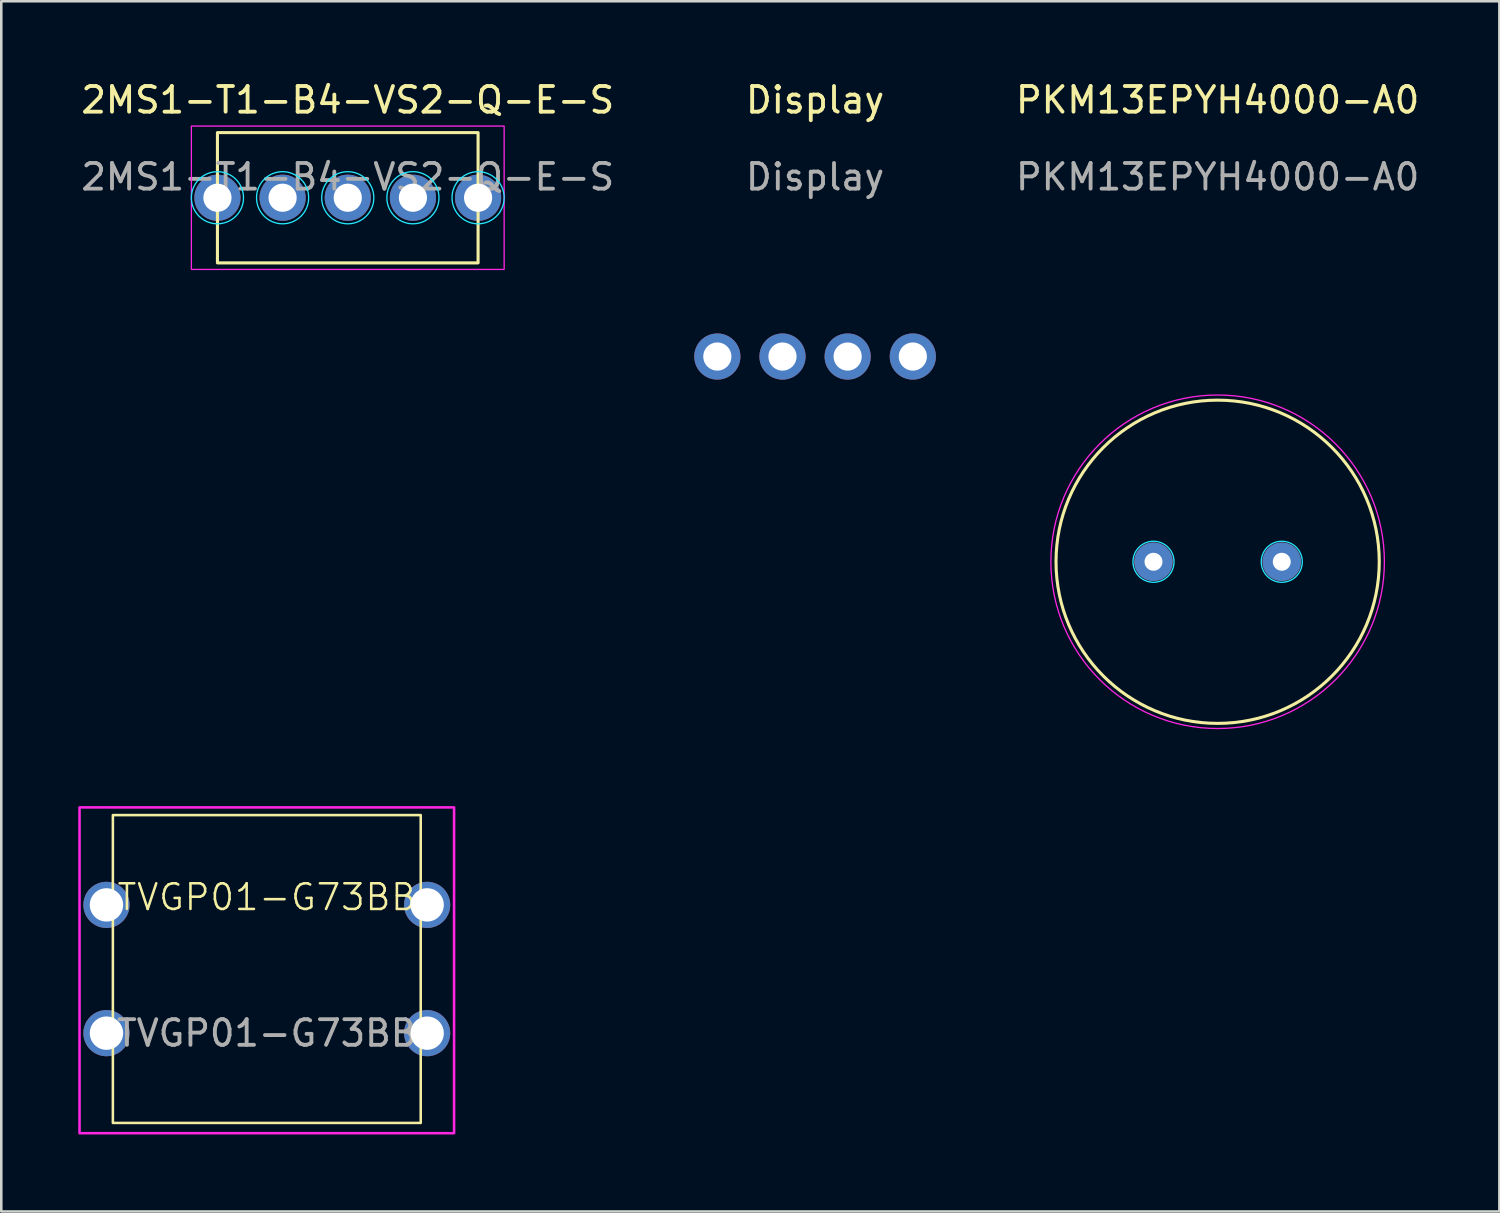
<source format=kicad_pcb>
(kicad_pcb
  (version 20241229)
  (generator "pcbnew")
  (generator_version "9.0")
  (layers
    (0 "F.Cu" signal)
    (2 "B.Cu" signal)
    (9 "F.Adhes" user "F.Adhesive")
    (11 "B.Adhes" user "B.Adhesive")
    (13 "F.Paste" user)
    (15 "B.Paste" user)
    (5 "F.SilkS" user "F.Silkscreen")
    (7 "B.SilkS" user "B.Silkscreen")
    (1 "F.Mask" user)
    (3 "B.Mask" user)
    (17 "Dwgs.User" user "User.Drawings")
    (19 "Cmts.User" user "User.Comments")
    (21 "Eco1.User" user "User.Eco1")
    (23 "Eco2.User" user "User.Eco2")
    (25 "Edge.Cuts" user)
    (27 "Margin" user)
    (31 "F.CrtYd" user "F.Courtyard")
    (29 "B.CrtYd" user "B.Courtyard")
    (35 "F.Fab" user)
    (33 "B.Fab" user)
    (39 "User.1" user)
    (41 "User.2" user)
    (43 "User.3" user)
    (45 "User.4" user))
  (footprint "TVGP01-G73BB"
    (layer "F.Cu")
    (at 7.35 34.723)
    (property "Reference" "TVGP01-G73BB" (at 0 -2.8 0) (unlocked yes) (layer "F.SilkS") (effects (font (size 1 1) (thickness 0.1))))
    (attr through_hole)
    (fp_rect (start -6 -6) (end 6 6) (stroke (width 0.1) (type default)) (fill no) (layer "F.SilkS"))
    (fp_rect (start -7.3 -6.3) (end 7.3 6.4) (stroke (width 0.1) (type default)) (fill no) (layer "F.CrtYd"))
    (fp_text user "${REFERENCE}" (at 0 2.5 0) (unlocked yes) (layer "F.Fab") (effects (font (size 1 1) (thickness 0.15))))
    (pad "1" thru_hole circle (at -6.25 -2.5) (size 1.8 1.8) (drill 1.3) (layers "*.Cu" "*.Mask"))
    (pad "2" thru_hole circle (at 6.25 -2.5) (size 1.8 1.8) (drill 1.3) (layers "*.Cu" "*.Mask"))
    (pad "3" thru_hole circle (at -6.25 2.5) (size 1.8 1.8) (drill 1.3) (layers "*.Cu" "*.Mask"))
    (pad "4" thru_hole circle (at 6.25 2.5) (size 1.8 1.8) (drill 1.3) (layers "*.Cu" "*.Mask")))
  (footprint "2MS1-T1-B4-VS2-Q-E-S"
    (layer "F.Cu")
    (at 10.506 4.658)
    (property "Reference" "2MS1-T1-B4-VS2-Q-E-S" (at 0 -3.81 0) (unlocked yes) (layer "F.SilkS") (effects (font (size 1 1) (thickness 0.15))))
    (attr through_hole)
    (fp_rect (start -5.08 -2.54) (end 5.08 2.54) (stroke (width 0.12) (type default)) (fill no) (layer "F.SilkS"))
    (fp_circle (center -5.08 0) (end -4.064 0) (stroke (width 0.05) (type default)) (fill no) (layer "B.CrtYd"))
    (fp_circle (center -2.54 0) (end -3.556 0) (stroke (width 0.05) (type default)) (fill no) (layer "B.CrtYd"))
    (fp_circle (center 0 0) (end -1.016 0) (stroke (width 0.05) (type default)) (fill no) (layer "B.CrtYd"))
    (fp_circle (center 2.54 0) (end 1.524 0) (stroke (width 0.05) (type default)) (fill no) (layer "B.CrtYd"))
    (fp_circle (center 5.08 0) (end 4.064 0) (stroke (width 0.05) (type default)) (fill no) (layer "B.CrtYd"))
    (fp_rect (start -6.096 -2.794) (end 6.096 2.794) (stroke (width 0.05) (type default)) (fill no) (layer "F.CrtYd"))
    (fp_text user "${REFERENCE}" (at 0 -0.81 0) (unlocked yes) (layer "F.Fab") (effects (font (size 1 1) (thickness 0.15))))
    (pad "" thru_hole circle (at -5.08 0) (size 1.8 1.8) (drill 1.1) (layers "*.Cu" "*.Mask"))
    (pad "" thru_hole circle (at 5.08 0) (size 1.8 1.8) (drill 1.1) (layers "*.Cu" "*.Mask"))
    (pad "1" thru_hole circle (at -2.54 0) (size 1.8 1.8) (drill 1.1) (layers "*.Cu" "*.Mask"))
    (pad "2" thru_hole circle (at 0 0) (size 1.8 1.8) (drill 1.1) (layers "*.Cu" "*.Mask"))
    (pad "3" thru_hole circle (at 2.54 0) (size 1.8 1.8) (drill 1.1) (layers "*.Cu" "*.Mask")))
  (footprint "PKM13EPYH4000-A0"
    (layer "F.Cu")
    (at 44.414 18.848)
    (property "Reference" "PKM13EPYH4000-A0" (at 0 -18 0) (unlocked yes) (layer "F.SilkS") (effects (font (size 1 1) (thickness 0.15))))
    (attr through_hole)
    (fp_circle (center 0 0) (end -6.3 0) (stroke (width 0.12) (type default)) (fill no) (layer "F.SilkS"))
    (fp_circle (center -2.5 0) (end -1.7 0) (stroke (width 0.05) (type default)) (fill no) (layer "B.CrtYd"))
    (fp_circle (center 2.5 0) (end 1.7 0) (stroke (width 0.05) (type default)) (fill no) (layer "B.CrtYd"))
    (fp_circle (center 0 0) (end -6.5 0) (stroke (width 0.05) (type default)) (fill no) (layer "F.CrtYd"))
    (fp_text user "${REFERENCE}" (at 0 -15 0) (unlocked yes) (layer "F.Fab") (effects (font (size 1 1) (thickness 0.15))))
    (pad "1" thru_hole circle (at -2.5 0) (size 1.5 1.5) (drill 0.7) (layers "*.Cu" "*.Mask"))
    (pad "2" thru_hole circle (at 2.5 0) (size 1.5 1.5) (drill 0.7) (layers "*.Cu" "*.Mask")))
  (footprint "Display"
    (layer "F.Cu")
    (at 28.722 10.848)
    (property "Reference" "Display" (at 0 -10 0) (unlocked yes) (layer "F.SilkS") (effects (font (size 1 1) (thickness 0.15))))
    (attr through_hole)
    (fp_text user "${REFERENCE}" (at 0 -7 0) (unlocked yes) (layer "F.Fab") (effects (font (size 1 1) (thickness 0.15))))
    (pad "1" thru_hole circle (at -3.81 0) (size 1.8 1.8) (drill 1.1) (layers "*.Cu" "*.Mask"))
    (pad "2" thru_hole circle (at -1.27 0) (size 1.8 1.8) (drill 1.1) (layers "*.Cu" "*.Mask"))
    (pad "3" thru_hole circle (at 1.27 0) (size 1.8 1.8) (drill 1.1) (layers "*.Cu" "*.Mask"))
    (pad "4" thru_hole circle (at 3.81 0) (size 1.8 1.8) (drill 1.1) (layers "*.Cu" "*.Mask")))
  (gr_rect
    (start -3 -3)
    (end 55.396 44.173)
    (stroke (width 0.1) (type default))
    (fill no)
    (layer "Edge.Cuts")))
</source>
